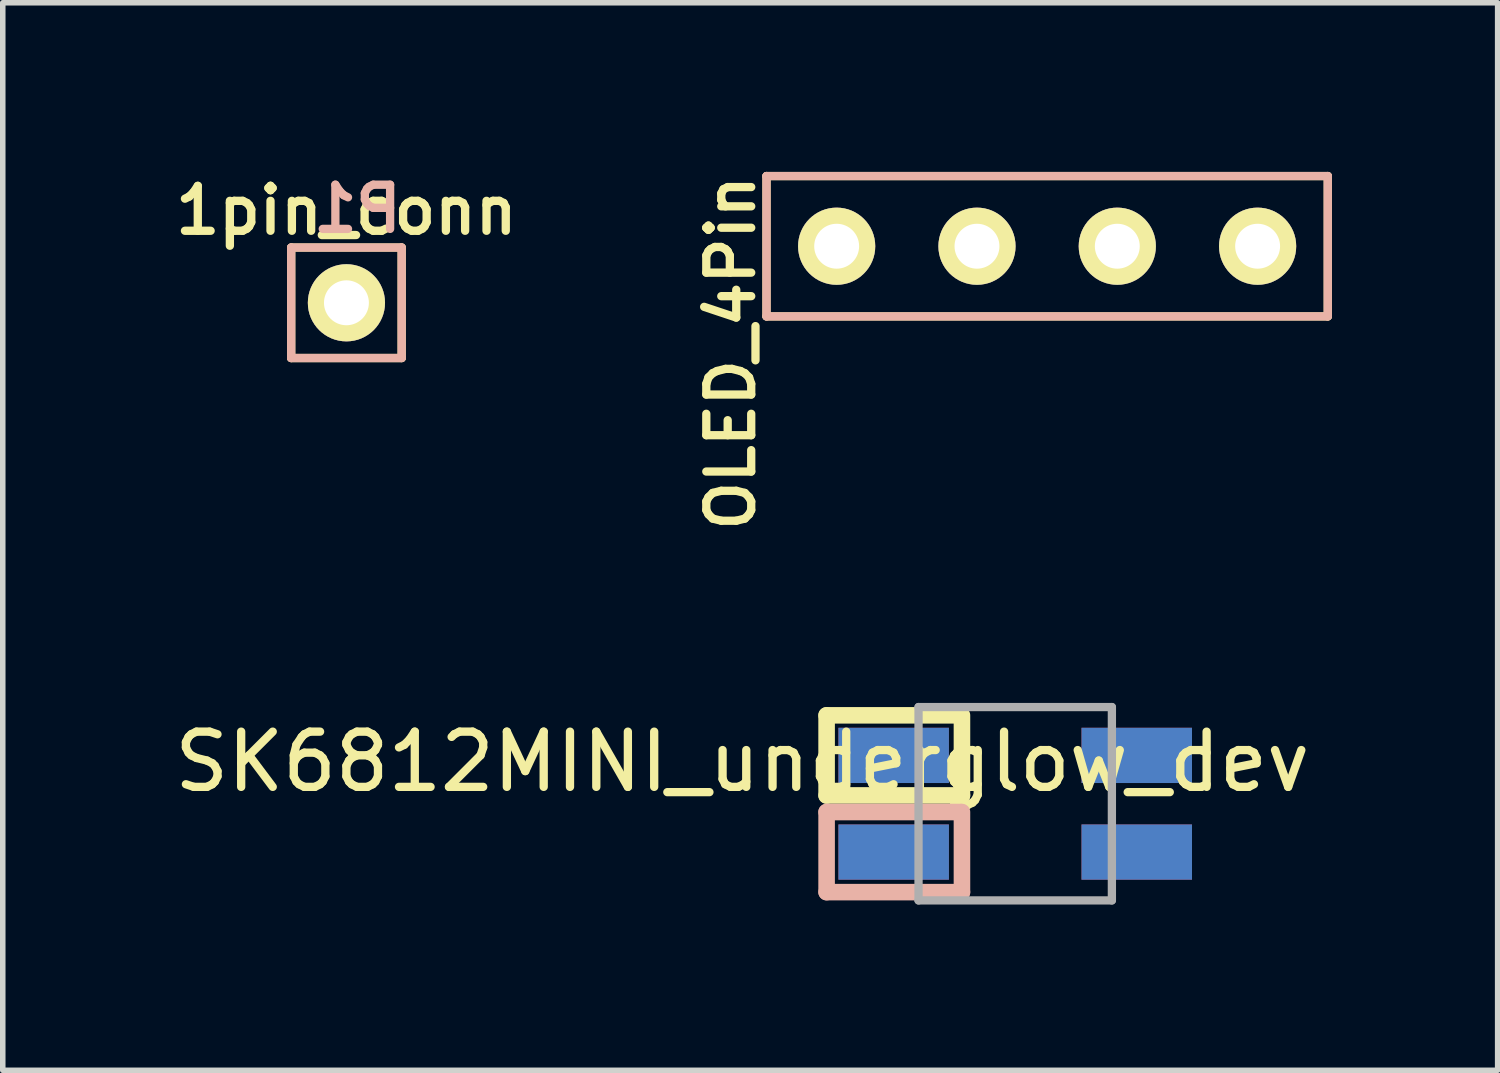
<source format=kicad_pcb>
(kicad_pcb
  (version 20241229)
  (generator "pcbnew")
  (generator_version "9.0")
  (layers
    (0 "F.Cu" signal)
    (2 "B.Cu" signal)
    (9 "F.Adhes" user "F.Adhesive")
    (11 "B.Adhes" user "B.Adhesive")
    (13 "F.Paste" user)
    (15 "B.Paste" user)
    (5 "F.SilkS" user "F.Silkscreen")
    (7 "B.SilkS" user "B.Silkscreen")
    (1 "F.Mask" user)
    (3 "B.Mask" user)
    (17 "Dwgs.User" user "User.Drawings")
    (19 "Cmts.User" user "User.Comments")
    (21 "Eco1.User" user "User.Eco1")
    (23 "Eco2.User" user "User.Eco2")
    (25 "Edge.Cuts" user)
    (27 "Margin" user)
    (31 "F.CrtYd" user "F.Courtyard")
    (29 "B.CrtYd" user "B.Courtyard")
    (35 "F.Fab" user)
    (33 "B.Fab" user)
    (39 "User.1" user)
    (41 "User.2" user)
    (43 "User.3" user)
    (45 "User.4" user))
  (footprint "1pin_conn"
    (layer "F.Cu")
    (at 3.221 2.431)
    (property "Reference" "1pin_conn" (at 0 -1.672 0) (layer "F.SilkS") (effects (font (size 0.813 0.813) (thickness 0.15))))
    (attr through_hole)
    (fp_line (start -1 -1) (end -1 1) (stroke (width 0.15) (type solid)) (layer "F.SilkS"))
    (fp_line (start -1 1) (end 1 1) (stroke (width 0.15) (type solid)) (layer "F.SilkS"))
    (fp_line (start 1 -1) (end -1 -1) (stroke (width 0.15) (type solid)) (layer "F.SilkS"))
    (fp_line (start 1 1) (end 1 -1) (stroke (width 0.15) (type solid)) (layer "F.SilkS"))
    (fp_line (start -1 -1) (end 1 -1) (stroke (width 0.15) (type solid)) (layer "B.SilkS"))
    (fp_line (start -1 1) (end -1 -1) (stroke (width 0.15) (type solid)) (layer "B.SilkS"))
    (fp_line (start 1 -1) (end 1 1) (stroke (width 0.15) (type solid)) (layer "B.SilkS"))
    (fp_line (start 1 1) (end -1 1) (stroke (width 0.15) (type solid)) (layer "B.SilkS"))
    (fp_text user "P1" (at 0.2 -1.7 0) (layer "B.SilkS") (effects (font (size 0.8 0.8) (thickness 0.15)) (justify mirror)))
    (pad "1" thru_hole circle (at 0 0) (size 1.397 1.397) (drill 0.813) (layers "*.Cu" "*.Mask" "F.SilkS")))
  (footprint "OLED_4Pin"
    (layer "F.Cu")
    (at 12.095 1.407)
    (property "Reference" "OLED_4Pin" (at -1.915 1.93 90) (layer "F.SilkS") (effects (font (size 0.813 0.813) (thickness 0.15))))
    (attr through_hole)
    (fp_line (start -1.27 -1.27) (end 8.89 -1.27) (stroke (width 0.15) (type solid)) (layer "F.SilkS"))
    (fp_line (start -1.27 1.27) (end -1.27 -1.27) (stroke (width 0.15) (type solid)) (layer "F.SilkS"))
    (fp_line (start -1.27 1.27) (end 8.89 1.27) (stroke (width 0.15) (type solid)) (layer "F.SilkS"))
    (fp_line (start 8.89 -1.27) (end 8.89 1.27) (stroke (width 0.15) (type solid)) (layer "F.SilkS"))
    (fp_line (start -1.27 -1.27) (end 8.89 -1.27) (stroke (width 0.15) (type solid)) (layer "B.SilkS"))
    (fp_line (start -1.27 1.27) (end -1.27 -1.27) (stroke (width 0.15) (type solid)) (layer "B.SilkS"))
    (fp_line (start 8.89 -1.27) (end 8.89 1.27) (stroke (width 0.15) (type solid)) (layer "B.SilkS"))
    (fp_line (start 8.89 1.27) (end -1.27 1.27) (stroke (width 0.15) (type solid)) (layer "B.SilkS"))
    (pad "1" thru_hole circle (at 0 0) (size 1.397 1.397) (drill 0.813) (layers "*.Cu" "*.Mask" "F.SilkS"))
    (pad "2" thru_hole circle (at 2.54 0) (size 1.397 1.397) (drill 0.813) (layers "*.Cu" "*.Mask" "F.SilkS"))
    (pad "3" thru_hole circle (at 5.08 0) (size 1.397 1.397) (drill 0.813) (layers "*.Cu" "*.Mask" "F.SilkS"))
    (pad "4" thru_hole circle (at 7.62 0) (size 1.397 1.397) (drill 0.813) (layers "*.Cu" "*.Mask" "F.SilkS")))
  (footprint "SK6812MINI_underglow_dev"
    (layer "F.Cu")
    (at 15.327 11.499)
    (property "Reference" "SK6812MINI_underglow_dev" (at -4.94 -0.76 180) (layer "F.SilkS") (effects (font (size 1 1) (thickness 0.15))))
    (attr through_hole)
    (fp_line (start -3.414 -1.6) (end -0.994 -1.6) (stroke (width 0.3) (type solid)) (layer "F.SilkS"))
    (fp_line (start -3.414 -0.15) (end -3.414 -1.6) (stroke (width 0.3) (type solid)) (layer "F.SilkS"))
    (fp_line (start -0.964 -1.6) (end -0.964 -0.15) (stroke (width 0.3) (type solid)) (layer "F.SilkS"))
    (fp_line (start -0.964 -0.15) (end -3.414 -0.15) (stroke (width 0.3) (type solid)) (layer "F.SilkS"))
    (fp_line (start -3.414 0.15) (end -0.994 0.15) (stroke (width 0.3) (type solid)) (layer "B.SilkS"))
    (fp_line (start -3.414 1.6) (end -3.414 0.15) (stroke (width 0.3) (type solid)) (layer "B.SilkS"))
    (fp_line (start -0.964 0.15) (end -0.964 1.6) (stroke (width 0.3) (type solid)) (layer "B.SilkS"))
    (fp_line (start -0.964 1.6) (end -3.414 1.6) (stroke (width 0.3) (type solid)) (layer "B.SilkS"))
    (fp_line (start -1.75 -1.75) (end -1.75 1.75) (stroke (width 0.15) (type solid)) (layer "F.Fab"))
    (fp_line (start -1.75 -1.75) (end 1.75 -1.75) (stroke (width 0.15) (type solid)) (layer "F.Fab"))
    (fp_line (start 1.75 -1.75) (end 1.75 1.75) (stroke (width 0.15) (type solid)) (layer "F.Fab"))
    (fp_line (start 1.75 1.75) (end -1.75 1.75) (stroke (width 0.15) (type solid)) (layer "F.Fab"))
    (pad "1" smd rect (at -2.2 -0.875) (size 2 1) (layers "F.Cu" "F.Mask" "F.Paste"))
    (pad "1" smd rect (at -2.2 0.875) (size 2 1) (layers "B.Cu" "B.Mask" "B.Paste"))
    (pad "2" smd rect (at -2.2 -0.875) (size 2 1) (layers "B.Cu" "B.Mask" "B.Paste"))
    (pad "2" smd rect (at -2.2 0.875) (size 2 1) (layers "F.Cu" "F.Mask" "F.Paste"))
    (pad "3" smd rect (at 2.2 -0.875) (size 2 1) (layers "B.Cu" "B.Mask" "B.Paste"))
    (pad "3" smd rect (at 2.2 0.875) (size 2 1) (layers "F.Cu" "F.Mask" "F.Paste"))
    (pad "4" smd rect (at 2.2 -0.875) (size 2 1) (layers "F.Cu" "F.Mask" "F.Paste"))
    (pad "4" smd rect (at 2.2 0.875) (size 2 1) (layers "B.Cu" "B.Mask" "B.Paste")))
  (gr_rect
    (start -3 -3)
    (end 24.06 16.324)
    (stroke (width 0.1) (type default))
    (fill no)
    (layer "Edge.Cuts")))
</source>
